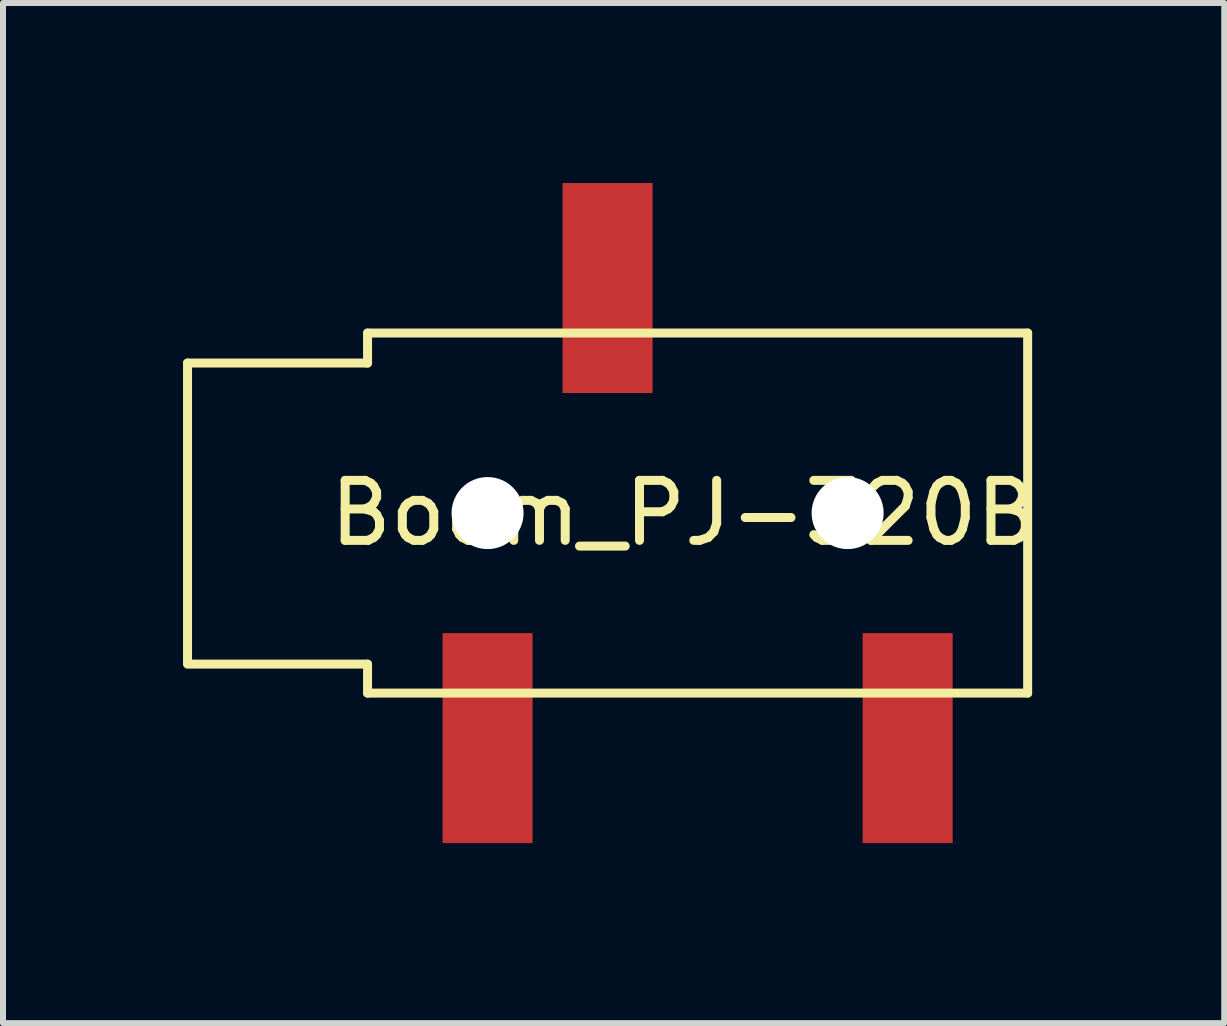
<source format=kicad_pcb>
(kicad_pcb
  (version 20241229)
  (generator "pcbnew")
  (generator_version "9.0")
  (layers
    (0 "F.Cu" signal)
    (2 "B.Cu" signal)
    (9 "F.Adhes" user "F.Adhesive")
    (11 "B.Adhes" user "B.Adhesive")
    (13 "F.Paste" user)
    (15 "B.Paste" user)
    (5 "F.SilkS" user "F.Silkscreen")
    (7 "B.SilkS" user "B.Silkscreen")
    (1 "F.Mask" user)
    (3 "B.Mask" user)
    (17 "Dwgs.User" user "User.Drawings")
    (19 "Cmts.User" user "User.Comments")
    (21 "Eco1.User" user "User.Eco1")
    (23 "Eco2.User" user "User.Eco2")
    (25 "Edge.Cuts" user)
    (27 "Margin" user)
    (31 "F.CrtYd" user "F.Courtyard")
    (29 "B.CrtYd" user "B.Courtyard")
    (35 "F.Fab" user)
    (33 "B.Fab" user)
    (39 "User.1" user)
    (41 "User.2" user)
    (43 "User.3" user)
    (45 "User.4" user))
  (footprint "Boom_PJ-320B"
    (layer "F.Cu")
    (at 7.075 5.5)
    (property "Reference" "Boom_PJ-320B" (at 1.27 0 0) (layer "F.SilkS") (effects (font (size 1 1) (thickness 0.15))))
    (attr through_hole)
    (fp_line (start -7 -2.5) (end -7 2.5) (stroke (width 0.15) (type solid)) (layer "F.SilkS"))
    (fp_line (start -4 -3) (end -4 -2.5) (stroke (width 0.15) (type solid)) (layer "F.SilkS"))
    (fp_line (start -4 -3) (end 7 -3) (stroke (width 0.15) (type solid)) (layer "F.SilkS"))
    (fp_line (start -4 -2.5) (end -7 -2.5) (stroke (width 0.15) (type solid)) (layer "F.SilkS"))
    (fp_line (start -4 2.517) (end -7 2.517) (stroke (width 0.15) (type solid)) (layer "F.SilkS"))
    (fp_line (start -4 2.517) (end -4 3) (stroke (width 0.15) (type solid)) (layer "F.SilkS"))
    (fp_line (start -4 3) (end 7 3) (stroke (width 0.15) (type solid)) (layer "F.SilkS"))
    (fp_line (start 7 -3) (end 7 3) (stroke (width 0.15) (type solid)) (layer "F.SilkS"))
    (pad "" np_thru_hole circle (at -2 0) (size 1.2 1.2) (drill 1.2) (layers "*.Cu" "*.Mask"))
    (pad "" np_thru_hole circle (at 4 0) (size 1.2 1.2) (drill 1.2) (layers "*.Cu" "*.Mask"))
    (pad "1" smd rect (at -2 5.5) (size 1.5 3.5) (drill (offset 0 -1.75)) (layers "F.Cu" "F.Mask" "F.Paste"))
    (pad "2" smd rect (at 0 -5.5) (size 1.5 3.5) (drill (offset 0 1.75)) (layers "F.Cu" "F.Mask" "F.Paste"))
    (pad "3" smd rect (at 5 5.5) (size 1.5 3.5) (drill (offset 0 -1.75)) (layers "F.Cu" "F.Mask" "F.Paste")))
  (gr_rect
    (start -3 -3)
    (end 17.351 14)
    (stroke (width 0.1) (type default))
    (fill no)
    (layer "Edge.Cuts")))
</source>
